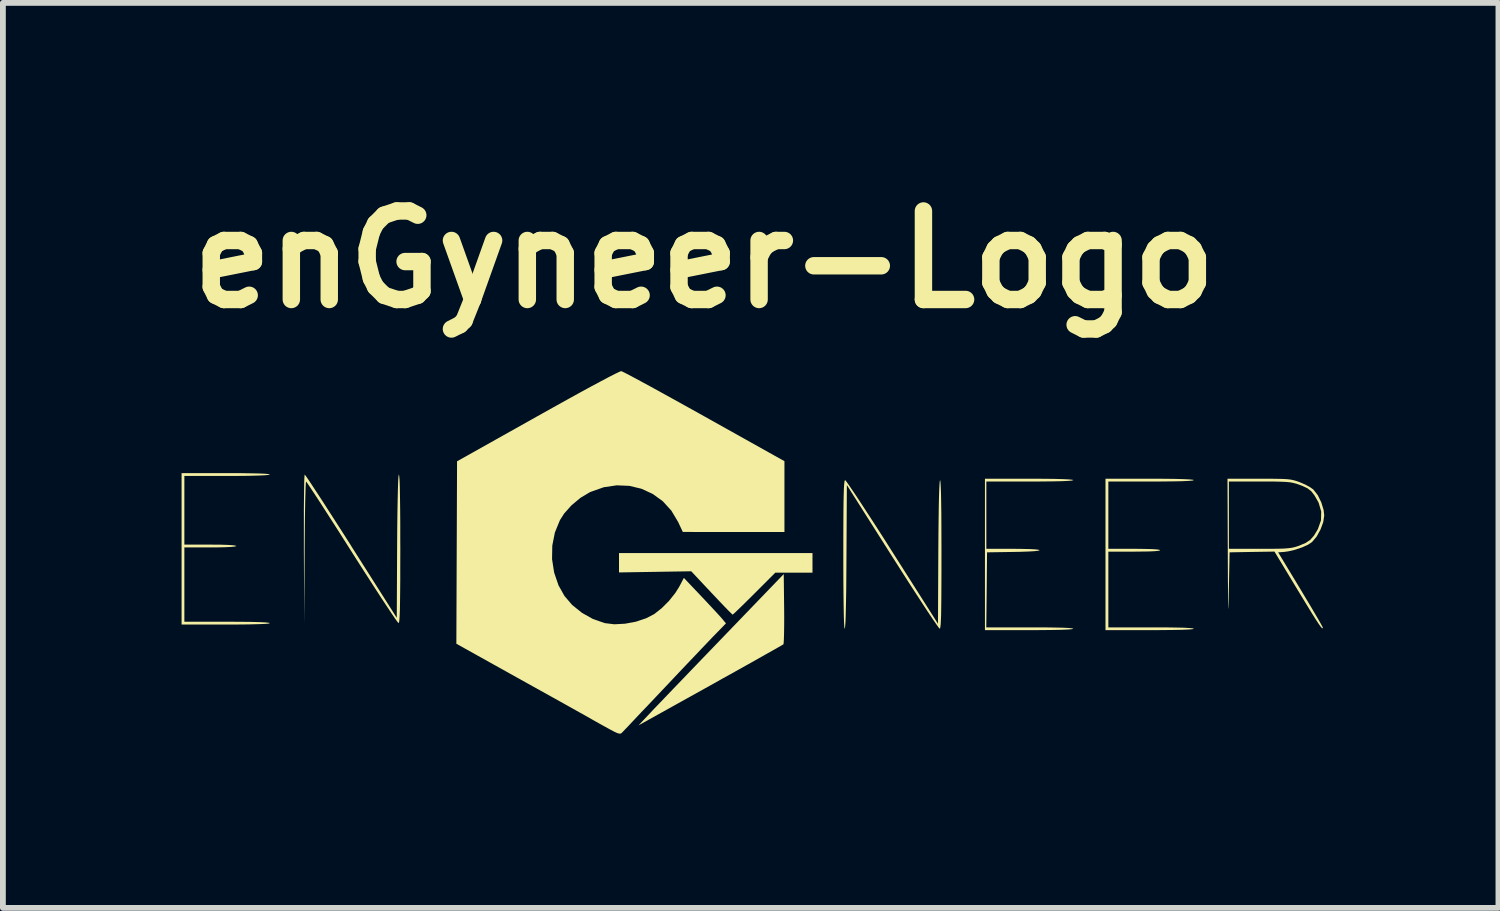
<source format=kicad_pcb>
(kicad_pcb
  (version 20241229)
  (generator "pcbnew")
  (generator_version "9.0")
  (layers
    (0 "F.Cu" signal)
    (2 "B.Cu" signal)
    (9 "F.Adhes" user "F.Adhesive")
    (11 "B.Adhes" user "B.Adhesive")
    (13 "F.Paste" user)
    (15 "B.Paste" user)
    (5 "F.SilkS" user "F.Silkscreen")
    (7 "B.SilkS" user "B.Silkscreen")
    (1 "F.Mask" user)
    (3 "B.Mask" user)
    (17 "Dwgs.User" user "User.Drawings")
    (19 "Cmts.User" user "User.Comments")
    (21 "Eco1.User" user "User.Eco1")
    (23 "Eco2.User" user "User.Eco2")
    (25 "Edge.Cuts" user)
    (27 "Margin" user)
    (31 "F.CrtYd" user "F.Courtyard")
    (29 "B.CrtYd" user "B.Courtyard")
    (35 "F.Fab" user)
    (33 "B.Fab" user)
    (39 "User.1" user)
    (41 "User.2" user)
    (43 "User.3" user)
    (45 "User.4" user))
  (footprint "enGyneer-Logo"
    (layer "F.Cu")
    (at 9.928 6.498)
    (property "Reference" "enGyneer-Logo" (at -0.849 -5.08 0) (layer "F.SilkS") (effects (font (size 1.524 1.524) (thickness 0.3))))
    (attr board_only exclude_from_pos_files exclude_from_bom)
    (fp_poly (pts (xy 1.014 0.314) (xy 0.374 0.314) (xy 0.012 0.676) (xy -0.096 0.783) (xy -0.192 0.878) (xy -0.271 0.954) (xy -0.328 1.009) (xy -0.359 1.035) (xy -0.362 1.037) (xy -0.381 1.019) (xy -0.429 0.972) (xy -0.499 0.9) (xy -0.587 0.808) (xy -0.688 0.701) (xy -0.724 0.663) (xy -1.074 0.29) (xy -1.696 0.3) (xy -2.318 0.31) (xy -2.318 -0.024) (xy 1.014 -0.024)) (stroke (width 0) (type solid)) (fill yes) (layer "F.SilkS"))
    (fp_poly (pts (xy 0.526 0.934) (xy 0.527 1.099) (xy 0.526 1.248) (xy 0.524 1.374) (xy 0.521 1.471) (xy 0.517 1.53) (xy 0.514 1.547) (xy 0.49 1.562) (xy 0.427 1.598) (xy 0.33 1.653) (xy 0.202 1.725) (xy 0.047 1.813) (xy -0.132 1.913) (xy -0.33 2.024) (xy -0.544 2.143) (xy -0.744 2.255) (xy -1.983 2.944) (xy -1.77 2.719) (xy -1.715 2.66) (xy -1.629 2.571) (xy -1.518 2.455) (xy -1.384 2.315) (xy -1.231 2.156) (xy -1.064 1.982) (xy -0.884 1.795) (xy -0.697 1.601) (xy -0.519 1.416) (xy 0.519 0.338)) (stroke (width 0) (type solid)) (fill yes) (layer "F.SilkS"))
    (fp_poly (pts (xy -8.856 -1.4) (xy -8.663 -1.397) (xy -8.512 -1.394) (xy -8.406 -1.389) (xy -8.345 -1.382) (xy -8.33 -1.376) (xy -8.354 -1.369) (xy -8.424 -1.363) (xy -8.54 -1.358) (xy -8.699 -1.354) (xy -8.901 -1.352) (xy -9.066 -1.352) (xy -9.803 -1.352) (xy -9.803 -0.169) (xy -9.356 -0.169) (xy -9.187 -0.168) (xy -9.055 -0.164) (xy -8.964 -0.158) (xy -8.916 -0.15) (xy -8.909 -0.145) (xy -8.933 -0.136) (xy -9.002 -0.129) (xy -9.112 -0.124) (xy -9.262 -0.121) (xy -9.356 -0.121) (xy -9.803 -0.121) (xy -9.803 1.159) (xy -9.066 1.159) (xy -8.836 1.16) (xy -8.647 1.162) (xy -8.501 1.166) (xy -8.398 1.171) (xy -8.342 1.178) (xy -8.33 1.183) (xy -8.354 1.191) (xy -8.424 1.197) (xy -8.54 1.201) (xy -8.7 1.205) (xy -8.902 1.207) (xy -9.09 1.207) (xy -9.851 1.207) (xy -9.851 -1.4) (xy -9.09 -1.4)) (stroke (width 0) (type solid)) (fill yes) (layer "F.SilkS"))
    (fp_poly (pts (xy 7.055 -1.303) (xy 7.248 -1.301) (xy 7.399 -1.297) (xy 7.506 -1.292) (xy 7.566 -1.286) (xy 7.581 -1.28) (xy 7.557 -1.272) (xy 7.487 -1.266) (xy 7.371 -1.261) (xy 7.212 -1.258) (xy 7.011 -1.256) (xy 6.845 -1.256) (xy 6.109 -1.256) (xy 6.109 -0.097) (xy 6.555 -0.097) (xy 6.724 -0.095) (xy 6.856 -0.092) (xy 6.947 -0.086) (xy 6.995 -0.078) (xy 7.002 -0.072) (xy 6.978 -0.063) (xy 6.91 -0.056) (xy 6.799 -0.051) (xy 6.649 -0.049) (xy 6.555 -0.048) (xy 6.109 -0.048) (xy 6.109 1.256) (xy 6.845 1.256) (xy 7.075 1.256) (xy 7.264 1.259) (xy 7.41 1.262) (xy 7.513 1.268) (xy 7.57 1.274) (xy 7.581 1.28) (xy 7.557 1.287) (xy 7.487 1.293) (xy 7.371 1.298) (xy 7.211 1.301) (xy 7.009 1.303) (xy 6.821 1.304) (xy 6.06 1.304) (xy 6.06 -1.304) (xy 6.821 -1.304)) (stroke (width 0) (type solid)) (fill yes) (layer "F.SilkS"))
    (fp_poly (pts (xy 4.979 -1.303) (xy 5.172 -1.301) (xy 5.323 -1.297) (xy 5.429 -1.292) (xy 5.49 -1.286) (xy 5.505 -1.28) (xy 5.481 -1.272) (xy 5.41 -1.266) (xy 5.295 -1.261) (xy 5.135 -1.258) (xy 4.933 -1.256) (xy 4.756 -1.256) (xy 4.008 -1.256) (xy 4.008 -0.097) (xy 4.467 -0.097) (xy 4.633 -0.095) (xy 4.766 -0.092) (xy 4.861 -0.086) (xy 4.915 -0.079) (xy 4.925 -0.073) (xy 4.902 -0.064) (xy 4.835 -0.056) (xy 4.729 -0.05) (xy 4.59 -0.045) (xy 4.473 -0.043) (xy 4.02 -0.036) (xy 4.014 0.61) (xy 4.007 1.256) (xy 4.756 1.256) (xy 4.988 1.256) (xy 5.179 1.259) (xy 5.328 1.262) (xy 5.433 1.267) (xy 5.492 1.274) (xy 5.505 1.28) (xy 5.481 1.287) (xy 5.41 1.293) (xy 5.294 1.298) (xy 5.135 1.301) (xy 4.933 1.303) (xy 4.744 1.304) (xy 3.984 1.304) (xy 3.984 -1.304) (xy 4.744 -1.304)) (stroke (width 0) (type solid)) (fill yes) (layer "F.SilkS"))
    (fp_poly (pts (xy -6.103 -1.352) (xy -6.097 -1.281) (xy -6.093 -1.164) (xy -6.09 -1.001) (xy -6.087 -0.794) (xy -6.085 -0.544) (xy -6.085 -0.252) (xy -6.084 -0.097) (xy -6.085 0.196) (xy -6.085 0.443) (xy -6.087 0.649) (xy -6.089 0.815) (xy -6.091 0.947) (xy -6.095 1.045) (xy -6.099 1.115) (xy -6.104 1.159) (xy -6.111 1.179) (xy -6.115 1.182) (xy -6.133 1.162) (xy -6.174 1.105) (xy -6.236 1.014) (xy -6.317 0.892) (xy -6.415 0.744) (xy -6.526 0.573) (xy -6.649 0.382) (xy -6.782 0.175) (xy -6.917 -0.037) (xy -7.056 -0.256) (xy -7.187 -0.462) (xy -7.309 -0.652) (xy -7.419 -0.823) (xy -7.514 -0.97) (xy -7.593 -1.09) (xy -7.653 -1.18) (xy -7.692 -1.237) (xy -7.707 -1.256) (xy -7.711 -1.232) (xy -7.715 -1.165) (xy -7.718 -1.059) (xy -7.722 -0.918) (xy -7.725 -0.746) (xy -7.728 -0.55) (xy -7.73 -0.332) (xy -7.732 -0.097) (xy -7.732 -0.03) (xy -7.739 1.195) (xy -7.745 -0.091) (xy -7.745 -0.335) (xy -7.745 -0.564) (xy -7.745 -0.773) (xy -7.743 -0.958) (xy -7.741 -1.115) (xy -7.739 -1.239) (xy -7.736 -1.326) (xy -7.732 -1.371) (xy -7.731 -1.376) (xy -7.715 -1.356) (xy -7.675 -1.299) (xy -7.614 -1.208) (xy -7.535 -1.087) (xy -7.438 -0.939) (xy -7.328 -0.768) (xy -7.205 -0.577) (xy -7.072 -0.37) (xy -6.932 -0.15) (xy -6.928 -0.142) (xy -6.145 1.092) (xy -6.139 -0.142) (xy -6.137 -0.445) (xy -6.134 -0.708) (xy -6.13 -0.929) (xy -6.126 -1.107) (xy -6.122 -1.241) (xy -6.117 -1.33) (xy -6.111 -1.373) (xy -6.108 -1.376)) (stroke (width 0) (type solid)) (fill yes) (layer "F.SilkS"))
    (fp_poly (pts (xy 3.217 -1.256) (xy 3.222 -1.184) (xy 3.227 -1.067) (xy 3.23 -0.904) (xy 3.233 -0.698) (xy 3.234 -0.448) (xy 3.235 -0.155) (xy 3.235 0) (xy 3.235 0.293) (xy 3.234 0.54) (xy 3.233 0.746) (xy 3.231 0.912) (xy 3.229 1.044) (xy 3.225 1.142) (xy 3.221 1.212) (xy 3.215 1.256) (xy 3.209 1.277) (xy 3.205 1.279) (xy 3.187 1.26) (xy 3.146 1.202) (xy 3.083 1.111) (xy 3.002 0.99) (xy 2.905 0.842) (xy 2.793 0.67) (xy 2.669 0.479) (xy 2.536 0.271) (xy 2.396 0.051) (xy 2.39 0.042) (xy 1.606 -1.195) (xy 1.599 0.043) (xy 1.597 0.346) (xy 1.595 0.609) (xy 1.591 0.831) (xy 1.587 1.009) (xy 1.583 1.144) (xy 1.577 1.233) (xy 1.572 1.276) (xy 1.569 1.28) (xy 1.563 1.256) (xy 1.558 1.184) (xy 1.554 1.067) (xy 1.551 0.904) (xy 1.548 0.698) (xy 1.546 0.448) (xy 1.545 0.155) (xy 1.545 0) (xy 1.545 -0.292) (xy 1.546 -0.539) (xy 1.547 -0.744) (xy 1.549 -0.911) (xy 1.552 -1.042) (xy 1.555 -1.141) (xy 1.56 -1.211) (xy 1.565 -1.255) (xy 1.571 -1.276) (xy 1.576 -1.28) (xy 1.594 -1.26) (xy 1.635 -1.203) (xy 1.697 -1.112) (xy 1.779 -0.99) (xy 1.876 -0.842) (xy 1.988 -0.67) (xy 2.112 -0.479) (xy 2.245 -0.272) (xy 2.385 -0.051) (xy 2.39 -0.043) (xy 3.175 1.194) (xy 3.181 -0.043) (xy 3.183 -0.346) (xy 3.186 -0.609) (xy 3.189 -0.831) (xy 3.193 -1.009) (xy 3.198 -1.144) (xy 3.203 -1.233) (xy 3.209 -1.276) (xy 3.211 -1.28)) (stroke (width 0) (type solid)) (fill yes) (layer "F.SilkS"))
    (fp_poly (pts (xy 8.88 -1.304) (xy 9.017 -1.302) (xy 9.12 -1.3) (xy 9.199 -1.295) (xy 9.26 -1.287) (xy 9.312 -1.275) (xy 9.362 -1.26) (xy 9.41 -1.242) (xy 9.503 -1.202) (xy 9.586 -1.156) (xy 9.64 -1.117) (xy 9.715 -1.021) (xy 9.776 -0.897) (xy 9.816 -0.767) (xy 9.827 -0.672) (xy 9.81 -0.557) (xy 9.763 -0.43) (xy 9.697 -0.309) (xy 9.618 -0.215) (xy 9.618 -0.214) (xy 9.547 -0.167) (xy 9.445 -0.121) (xy 9.326 -0.081) (xy 9.207 -0.053) (xy 9.134 -0.043) (xy 9.033 -0.036) (xy 9.418 0.601) (xy 9.513 0.76) (xy 9.6 0.905) (xy 9.675 1.033) (xy 9.736 1.137) (xy 9.778 1.212) (xy 9.8 1.254) (xy 9.803 1.26) (xy 9.799 1.273) (xy 9.788 1.269) (xy 9.766 1.244) (xy 9.731 1.196) (xy 9.682 1.121) (xy 9.616 1.016) (xy 9.531 0.877) (xy 9.424 0.702) (xy 9.364 0.603) (xy 8.97 -0.049) (xy 8.583 -0.043) (xy 8.197 -0.036) (xy 8.184 0.628) (xy 8.182 0.76) (xy 8.179 0.858) (xy 8.177 0.918) (xy 8.175 0.941) (xy 8.174 0.924) (xy 8.172 0.866) (xy 8.171 0.766) (xy 8.17 0.623) (xy 8.168 0.435) (xy 8.167 0.201) (xy 8.166 -0.006) (xy 8.166 -0.097) (xy 8.185 -0.097) (xy 8.715 -0.097) (xy 8.891 -0.097) (xy 9.026 -0.098) (xy 9.129 -0.101) (xy 9.207 -0.107) (xy 9.269 -0.115) (xy 9.322 -0.127) (xy 9.374 -0.143) (xy 9.403 -0.154) (xy 9.509 -0.199) (xy 9.587 -0.252) (xy 9.651 -0.325) (xy 9.714 -0.43) (xy 9.719 -0.44) (xy 9.771 -0.587) (xy 9.775 -0.738) (xy 9.732 -0.886) (xy 9.719 -0.912) (xy 9.659 -1.017) (xy 9.603 -1.089) (xy 9.537 -1.14) (xy 9.448 -1.181) (xy 9.408 -1.196) (xy 9.352 -1.216) (xy 9.3 -1.23) (xy 9.245 -1.241) (xy 9.178 -1.248) (xy 9.091 -1.252) (xy 8.977 -1.255) (xy 8.827 -1.255) (xy 8.715 -1.256) (xy 8.185 -1.256) (xy 8.185 -0.097) (xy 8.166 -0.097) (xy 8.161 -1.304) (xy 8.704 -1.304)) (stroke (width 0) (type solid)) (fill yes) (layer "F.SilkS"))
    (fp_poly (pts (xy -2.251 -3.144) (xy -2.183 -3.11) (xy -2.081 -3.056) (xy -1.947 -2.984) (xy -1.786 -2.897) (xy -1.601 -2.795) (xy -1.396 -2.682) (xy -1.174 -2.559) (xy -0.94 -2.429) (xy -0.849 -2.378) (xy 0.531 -1.606) (xy 0.531 -0.386) (xy -1.219 -0.387) (xy -1.301 -0.561) (xy -1.417 -0.755) (xy -1.565 -0.917) (xy -1.738 -1.042) (xy -1.931 -1.131) (xy -2.14 -1.181) (xy -2.358 -1.19) (xy -2.581 -1.157) (xy -2.802 -1.079) (xy -2.821 -1.071) (xy -2.983 -0.974) (xy -3.135 -0.847) (xy -3.263 -0.704) (xy -3.335 -0.591) (xy -3.422 -0.379) (xy -3.467 -0.152) (xy -3.471 0.081) (xy -3.435 0.312) (xy -3.36 0.532) (xy -3.258 0.714) (xy -3.125 0.87) (xy -2.957 1.005) (xy -2.767 1.112) (xy -2.568 1.181) (xy -2.562 1.183) (xy -2.398 1.203) (xy -2.214 1.193) (xy -2.026 1.158) (xy -1.85 1.099) (xy -1.711 1.027) (xy -1.583 0.926) (xy -1.457 0.8) (xy -1.348 0.663) (xy -1.282 0.558) (xy -1.201 0.404) (xy -0.904 0.717) (xy -0.803 0.824) (xy -0.709 0.925) (xy -0.628 1.012) (xy -0.569 1.077) (xy -0.542 1.108) (xy -0.476 1.187) (xy -0.644 1.36) (xy -0.698 1.415) (xy -0.78 1.501) (xy -0.886 1.612) (xy -1.011 1.744) (xy -1.152 1.892) (xy -1.303 2.051) (xy -1.459 2.217) (xy -1.521 2.282) (xy -1.672 2.442) (xy -1.814 2.592) (xy -1.944 2.728) (xy -2.056 2.847) (xy -2.148 2.945) (xy -2.217 3.017) (xy -2.258 3.06) (xy -2.267 3.07) (xy -2.284 3.083) (xy -2.306 3.087) (xy -2.341 3.079) (xy -2.393 3.056) (xy -2.471 3.015) (xy -2.58 2.955) (xy -2.668 2.906) (xy -2.764 2.852) (xy -2.896 2.777) (xy -3.059 2.686) (xy -3.245 2.582) (xy -3.449 2.468) (xy -3.665 2.348) (xy -3.886 2.225) (xy -4.075 2.12) (xy -5.119 1.538) (xy -5.113 -0.033) (xy -5.107 -1.604) (xy -3.718 -2.383) (xy -3.462 -2.526) (xy -3.223 -2.659) (xy -3.004 -2.78) (xy -2.808 -2.887) (xy -2.638 -2.978) (xy -2.497 -3.053) (xy -2.389 -3.108) (xy -2.316 -3.143) (xy -2.281 -3.157) (xy -2.28 -3.157)) (stroke (width 0) (type solid)) (fill yes) (layer "F.SilkS")))
  (gr_rect
    (start -3 -3)
    (end 22.755 12.585)
    (stroke (width 0.1) (type default))
    (fill no)
    (layer "Edge.Cuts")))
</source>
